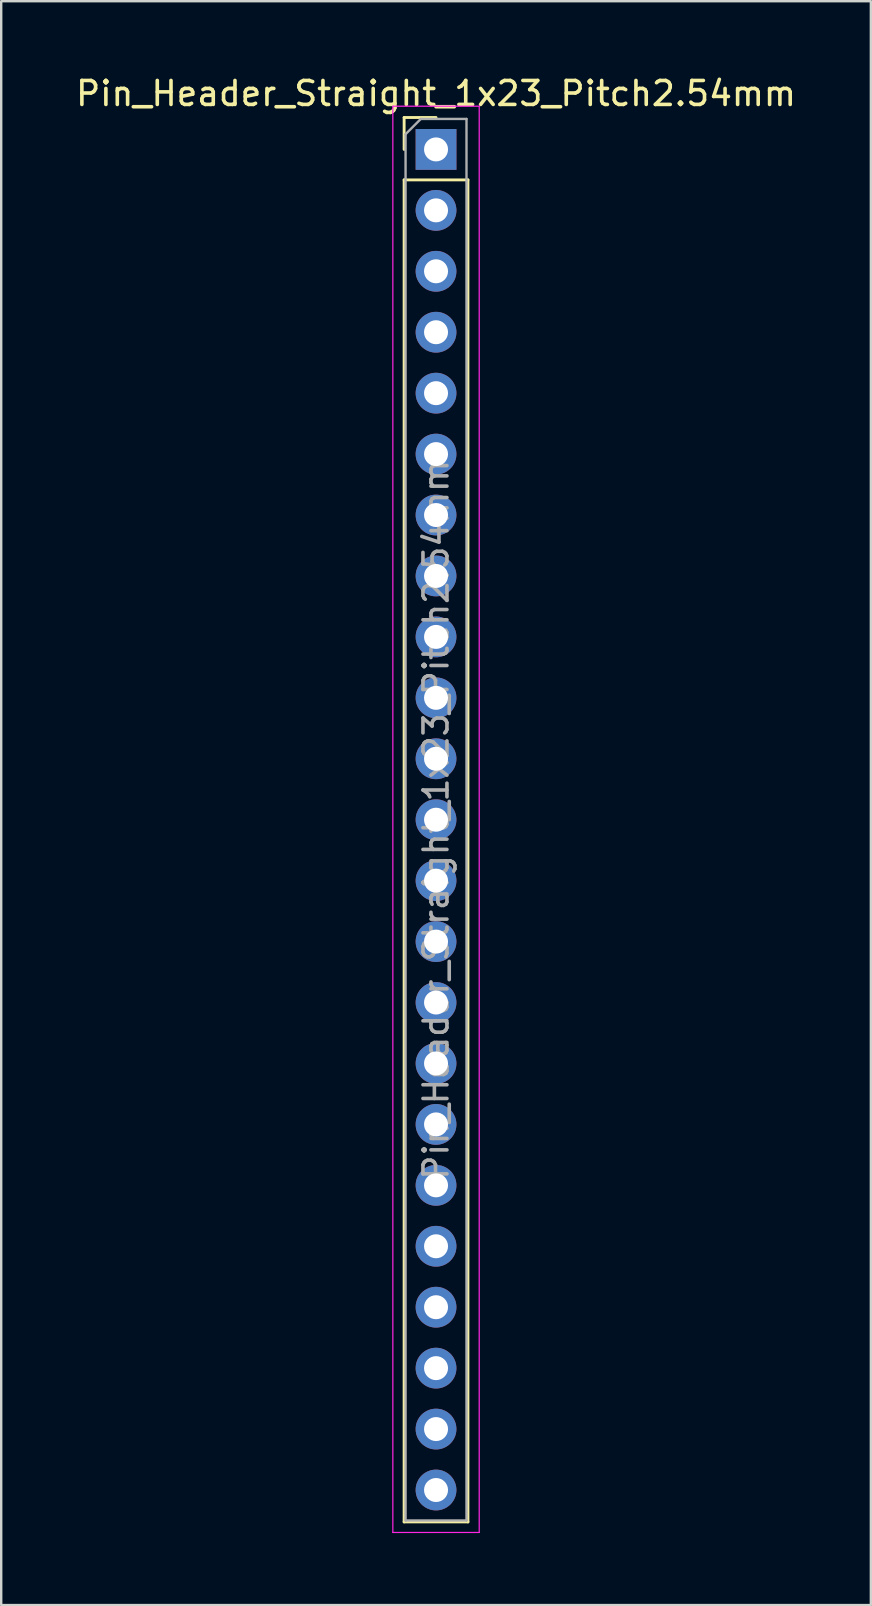
<source format=kicad_pcb>
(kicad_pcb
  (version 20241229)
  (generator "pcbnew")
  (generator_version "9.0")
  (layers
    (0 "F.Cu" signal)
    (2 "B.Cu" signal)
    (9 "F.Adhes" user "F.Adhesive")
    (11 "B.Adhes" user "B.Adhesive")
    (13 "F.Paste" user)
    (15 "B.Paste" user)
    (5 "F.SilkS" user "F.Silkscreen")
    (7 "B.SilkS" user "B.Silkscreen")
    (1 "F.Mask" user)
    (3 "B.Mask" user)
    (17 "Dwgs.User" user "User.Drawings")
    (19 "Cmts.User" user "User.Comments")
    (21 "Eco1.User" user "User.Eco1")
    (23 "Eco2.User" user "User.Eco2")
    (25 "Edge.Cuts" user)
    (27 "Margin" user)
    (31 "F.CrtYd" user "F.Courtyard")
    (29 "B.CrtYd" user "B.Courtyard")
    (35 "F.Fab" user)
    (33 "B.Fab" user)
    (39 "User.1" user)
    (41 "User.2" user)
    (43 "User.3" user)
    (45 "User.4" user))
  (footprint "Pin_Header_Straight_1x23_Pitch2.54mm"
    (layer "F.Cu")
    (at 15.125 3.178)
    (property "Reference" "Pin_Header_Straight_1x23_Pitch2.54mm" (at 0 -2.33 0) (layer "F.SilkS") (effects (font (size 1 1) (thickness 0.15))))
    (attr through_hole)
    (fp_line (start -1.33 -1.33) (end 0 -1.33) (stroke (width 0.12) (type solid)) (layer "F.SilkS"))
    (fp_line (start -1.33 0) (end -1.33 -1.33) (stroke (width 0.12) (type solid)) (layer "F.SilkS"))
    (fp_line (start -1.33 1.27) (end -1.33 57.21) (stroke (width 0.12) (type solid)) (layer "F.SilkS"))
    (fp_line (start -1.33 1.27) (end 1.33 1.27) (stroke (width 0.12) (type solid)) (layer "F.SilkS"))
    (fp_line (start -1.33 57.21) (end 1.33 57.21) (stroke (width 0.12) (type solid)) (layer "F.SilkS"))
    (fp_line (start 1.33 1.27) (end 1.33 57.21) (stroke (width 0.12) (type solid)) (layer "F.SilkS"))
    (fp_line (start -1.8 -1.8) (end -1.8 57.65) (stroke (width 0.05) (type solid)) (layer "F.CrtYd"))
    (fp_line (start -1.8 57.65) (end 1.8 57.65) (stroke (width 0.05) (type solid)) (layer "F.CrtYd"))
    (fp_line (start 1.8 -1.8) (end -1.8 -1.8) (stroke (width 0.05) (type solid)) (layer "F.CrtYd"))
    (fp_line (start 1.8 57.65) (end 1.8 -1.8) (stroke (width 0.05) (type solid)) (layer "F.CrtYd"))
    (fp_line (start -1.27 -0.635) (end -0.635 -1.27) (stroke (width 0.1) (type solid)) (layer "F.Fab"))
    (fp_line (start -1.27 57.15) (end -1.27 -0.635) (stroke (width 0.1) (type solid)) (layer "F.Fab"))
    (fp_line (start -0.635 -1.27) (end 1.27 -1.27) (stroke (width 0.1) (type solid)) (layer "F.Fab"))
    (fp_line (start 1.27 -1.27) (end 1.27 57.15) (stroke (width 0.1) (type solid)) (layer "F.Fab"))
    (fp_line (start 1.27 57.15) (end -1.27 57.15) (stroke (width 0.1) (type solid)) (layer "F.Fab"))
    (fp_text user "${REFERENCE}" (at 0 27.94 90) (layer "F.Fab") (effects (font (size 1 1) (thickness 0.15))))
    (pad "1" thru_hole rect (at 0 0) (size 1.7 1.7) (drill 1) (layers "*.Cu" "*.Mask"))
    (pad "2" thru_hole oval (at 0 2.54) (size 1.7 1.7) (drill 1) (layers "*.Cu" "*.Mask"))
    (pad "3" thru_hole oval (at 0 5.08) (size 1.7 1.7) (drill 1) (layers "*.Cu" "*.Mask"))
    (pad "4" thru_hole oval (at 0 7.62) (size 1.7 1.7) (drill 1) (layers "*.Cu" "*.Mask"))
    (pad "5" thru_hole oval (at 0 10.16) (size 1.7 1.7) (drill 1) (layers "*.Cu" "*.Mask"))
    (pad "6" thru_hole oval (at 0 12.7) (size 1.7 1.7) (drill 1) (layers "*.Cu" "*.Mask"))
    (pad "7" thru_hole oval (at 0 15.24) (size 1.7 1.7) (drill 1) (layers "*.Cu" "*.Mask"))
    (pad "8" thru_hole oval (at 0 17.78) (size 1.7 1.7) (drill 1) (layers "*.Cu" "*.Mask"))
    (pad "9" thru_hole oval (at 0 20.32) (size 1.7 1.7) (drill 1) (layers "*.Cu" "*.Mask"))
    (pad "10" thru_hole oval (at 0 22.86) (size 1.7 1.7) (drill 1) (layers "*.Cu" "*.Mask"))
    (pad "11" thru_hole oval (at 0 25.4) (size 1.7 1.7) (drill 1) (layers "*.Cu" "*.Mask"))
    (pad "12" thru_hole oval (at 0 27.94) (size 1.7 1.7) (drill 1) (layers "*.Cu" "*.Mask"))
    (pad "13" thru_hole oval (at 0 30.48) (size 1.7 1.7) (drill 1) (layers "*.Cu" "*.Mask"))
    (pad "14" thru_hole oval (at 0 33.02) (size 1.7 1.7) (drill 1) (layers "*.Cu" "*.Mask"))
    (pad "15" thru_hole oval (at 0 35.56) (size 1.7 1.7) (drill 1) (layers "*.Cu" "*.Mask"))
    (pad "16" thru_hole oval (at 0 38.1) (size 1.7 1.7) (drill 1) (layers "*.Cu" "*.Mask"))
    (pad "17" thru_hole oval (at 0 40.64) (size 1.7 1.7) (drill 1) (layers "*.Cu" "*.Mask"))
    (pad "18" thru_hole oval (at 0 43.18) (size 1.7 1.7) (drill 1) (layers "*.Cu" "*.Mask"))
    (pad "19" thru_hole oval (at 0 45.72) (size 1.7 1.7) (drill 1) (layers "*.Cu" "*.Mask"))
    (pad "20" thru_hole oval (at 0 48.26) (size 1.7 1.7) (drill 1) (layers "*.Cu" "*.Mask"))
    (pad "21" thru_hole oval (at 0 50.8) (size 1.7 1.7) (drill 1) (layers "*.Cu" "*.Mask"))
    (pad "22" thru_hole oval (at 0 53.34) (size 1.7 1.7) (drill 1) (layers "*.Cu" "*.Mask"))
    (pad "23" thru_hole oval (at 0 55.88) (size 1.7 1.7) (drill 1) (layers "*.Cu" "*.Mask")))
  (gr_rect
    (start -3 -3)
    (end 33.25 63.853)
    (stroke (width 0.1) (type default))
    (fill no)
    (layer "Edge.Cuts")))
</source>
